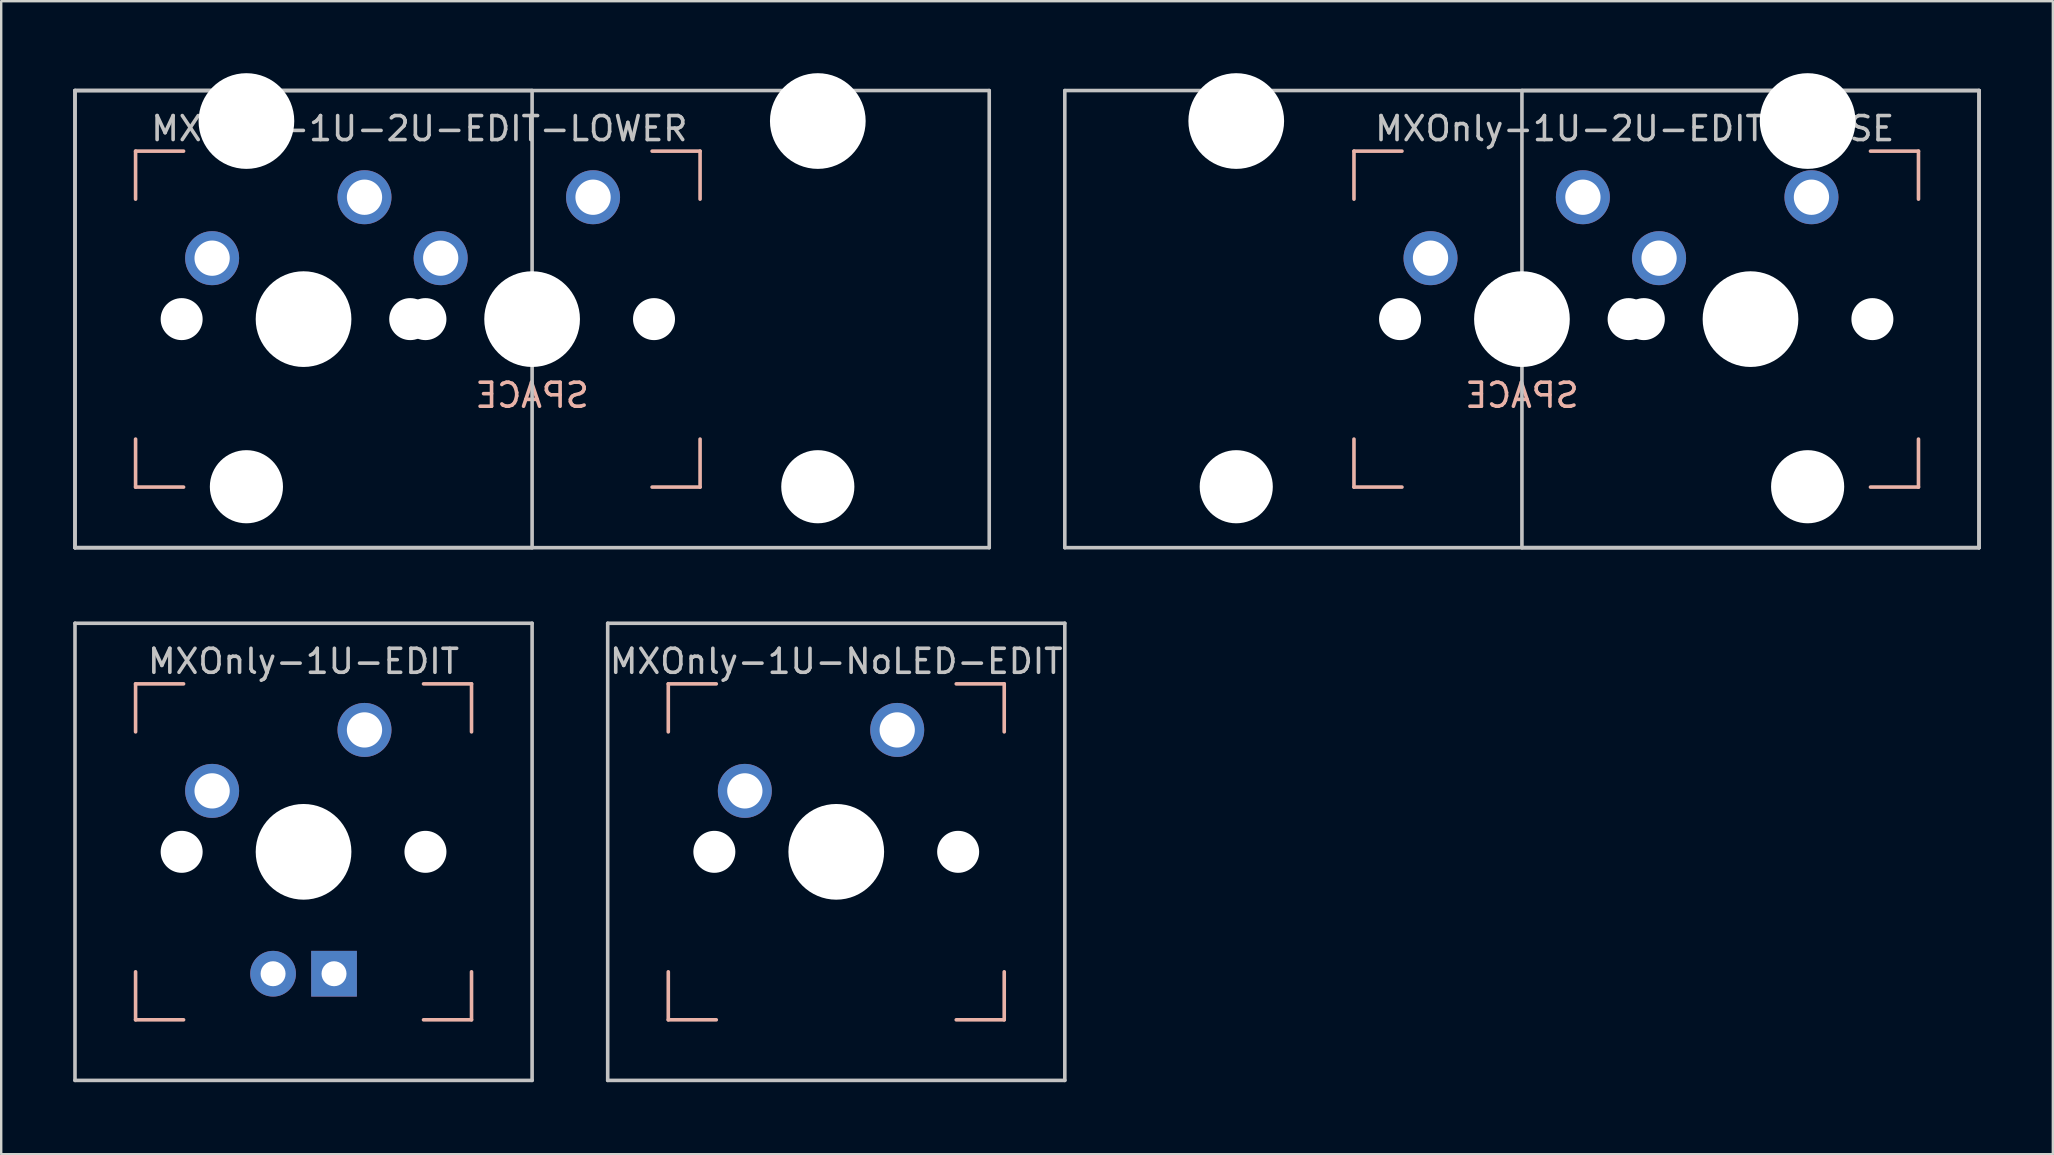
<source format=kicad_pcb>
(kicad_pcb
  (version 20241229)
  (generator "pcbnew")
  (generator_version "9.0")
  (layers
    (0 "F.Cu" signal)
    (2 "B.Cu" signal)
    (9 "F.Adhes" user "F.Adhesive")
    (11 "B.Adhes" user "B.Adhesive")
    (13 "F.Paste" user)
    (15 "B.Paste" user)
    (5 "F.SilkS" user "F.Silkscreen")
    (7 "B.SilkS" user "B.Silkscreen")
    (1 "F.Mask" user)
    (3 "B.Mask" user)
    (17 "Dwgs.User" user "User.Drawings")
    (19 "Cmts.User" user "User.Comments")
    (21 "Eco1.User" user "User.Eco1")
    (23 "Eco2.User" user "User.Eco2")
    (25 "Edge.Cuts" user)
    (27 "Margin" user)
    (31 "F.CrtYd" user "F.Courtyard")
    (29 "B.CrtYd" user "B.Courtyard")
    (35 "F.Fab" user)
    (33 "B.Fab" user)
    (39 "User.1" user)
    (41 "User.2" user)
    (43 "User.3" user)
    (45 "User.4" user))
  (footprint "MXOnly-1U-2U-EDIT-LOWER"
    (layer "F.Cu")
    (at 9.6 10.249)
    (property "Reference" "MXOnly-1U-2U-EDIT-LOWER" (at 4.826 -7.938 0) (layer "Dwgs.User") (effects (font (size 1 1) (thickness 0.15))))
    (attr through_hole)
    (fp_line (start -7 -7) (end -7 -5) (stroke (width 0.15) (type solid)) (layer "B.SilkS"))
    (fp_line (start -7 5) (end -7 7) (stroke (width 0.15) (type solid)) (layer "B.SilkS"))
    (fp_line (start -7 7) (end -5 7) (stroke (width 0.15) (type solid)) (layer "B.SilkS"))
    (fp_line (start -5 -7) (end -7 -7) (stroke (width 0.15) (type solid)) (layer "B.SilkS"))
    (fp_line (start 14.525 -7) (end 16.525 -7) (stroke (width 0.15) (type solid)) (layer "B.SilkS"))
    (fp_line (start 14.525 7) (end 16.525 7) (stroke (width 0.15) (type solid)) (layer "B.SilkS"))
    (fp_line (start 16.525 -7) (end 16.525 -5) (stroke (width 0.15) (type solid)) (layer "B.SilkS"))
    (fp_line (start 16.525 7) (end 16.525 5) (stroke (width 0.15) (type solid)) (layer "B.SilkS"))
    (fp_line (start -9.525 -9.525) (end 9.525 -9.525) (stroke (width 0.15) (type solid)) (layer "Dwgs.User"))
    (fp_line (start -9.525 -9.525) (end 28.575 -9.525) (stroke (width 0.15) (type solid)) (layer "Dwgs.User"))
    (fp_line (start -9.525 9.525) (end -9.525 -9.525) (stroke (width 0.15) (type solid)) (layer "Dwgs.User"))
    (fp_line (start -9.525 9.525) (end -9.525 -9.525) (stroke (width 0.15) (type solid)) (layer "Dwgs.User"))
    (fp_line (start -9.525 9.525) (end 28.575 9.525) (stroke (width 0.15) (type solid)) (layer "Dwgs.User"))
    (fp_line (start 9.525 -9.525) (end 9.525 9.525) (stroke (width 0.15) (type solid)) (layer "Dwgs.User"))
    (fp_line (start 9.525 9.525) (end -9.525 9.525) (stroke (width 0.15) (type solid)) (layer "Dwgs.User"))
    (fp_line (start 28.575 -9.525) (end 28.575 9.525) (stroke (width 0.15) (type solid)) (layer "Dwgs.User"))
    (fp_text user "SPACE" (at 9.525 3.175 0) (layer "B.SilkS") (effects (font (size 1 1) (thickness 0.15)) (justify mirror)))
    (pad "" np_thru_hole circle (at -5.08 0 48.1) (size 1.75 1.75) (drill 1.75) (layers "*.Cu" "*.Mask"))
    (pad "" np_thru_hole circle (at -2.381 -8.255) (size 3.988 3.988) (drill 3.988) (layers "*.Cu" "*.Mask"))
    (pad "" np_thru_hole circle (at -2.381 6.985) (size 3.048 3.048) (drill 3.048) (layers "*.Cu" "*.Mask"))
    (pad "" np_thru_hole circle (at 0 0) (size 3.988 3.988) (drill 3.988) (layers "*.Cu" "*.Mask"))
    (pad "" np_thru_hole circle (at 4.445 0 48.1) (size 1.75 1.75) (drill 1.75) (layers "*.Cu" "*.Mask"))
    (pad "" np_thru_hole circle (at 5.08 0 48.1) (size 1.75 1.75) (drill 1.75) (layers "*.Cu" "*.Mask"))
    (pad "" np_thru_hole circle (at 9.525 0) (size 3.988 3.988) (drill 3.988) (layers "*.Cu" "*.Mask"))
    (pad "" np_thru_hole circle (at 14.605 0 48.1) (size 1.75 1.75) (drill 1.75) (layers "*.Cu" "*.Mask"))
    (pad "" np_thru_hole circle (at 21.431 -8.255) (size 3.988 3.988) (drill 3.988) (layers "*.Cu" "*.Mask"))
    (pad "" np_thru_hole circle (at 21.431 6.985) (size 3.048 3.048) (drill 3.048) (layers "*.Cu" "*.Mask"))
    (pad "1" thru_hole circle (at -3.81 -2.54) (size 2.25 2.25) (drill 1.47) (layers "*.Cu" "*.Mask"))
    (pad "1" thru_hole circle (at 5.715 -2.54) (size 2.25 2.25) (drill 1.47) (layers "*.Cu" "B.Mask"))
    (pad "2" thru_hole circle (at 2.54 -5.08) (size 2.25 2.25) (drill 1.47) (layers "*.Cu" "*.Mask"))
    (pad "2" thru_hole circle (at 12.065 -5.08) (size 2.25 2.25) (drill 1.47) (layers "*.Cu" "B.Mask")))
  (footprint "MXOnly-1U-2U-EDIT-RAISE"
    (layer "F.Cu")
    (at 69.9 10.249)
    (property "Reference" "MXOnly-1U-2U-EDIT-RAISE" (at -4.826 -7.938 0) (layer "Dwgs.User") (effects (font (size 1 1) (thickness 0.15))))
    (attr through_hole)
    (fp_line (start -16.525 -7) (end -16.525 -5) (stroke (width 0.15) (type solid)) (layer "B.SilkS"))
    (fp_line (start -16.525 5) (end -16.525 7) (stroke (width 0.15) (type solid)) (layer "B.SilkS"))
    (fp_line (start -16.525 7) (end -14.525 7) (stroke (width 0.15) (type solid)) (layer "B.SilkS"))
    (fp_line (start -14.525 -7) (end -16.525 -7) (stroke (width 0.15) (type solid)) (layer "B.SilkS"))
    (fp_line (start 5 -7) (end 7 -7) (stroke (width 0.15) (type solid)) (layer "B.SilkS"))
    (fp_line (start 5 7) (end 7 7) (stroke (width 0.15) (type solid)) (layer "B.SilkS"))
    (fp_line (start 7 -7) (end 7 -5) (stroke (width 0.15) (type solid)) (layer "B.SilkS"))
    (fp_line (start 7 7) (end 7 5) (stroke (width 0.15) (type solid)) (layer "B.SilkS"))
    (fp_line (start -28.575 -9.525) (end 9.525 -9.525) (stroke (width 0.15) (type solid)) (layer "Dwgs.User"))
    (fp_line (start -28.575 9.525) (end -28.575 -9.525) (stroke (width 0.15) (type solid)) (layer "Dwgs.User"))
    (fp_line (start -28.575 9.525) (end 9.525 9.525) (stroke (width 0.15) (type solid)) (layer "Dwgs.User"))
    (fp_line (start -9.525 -9.525) (end 9.525 -9.525) (stroke (width 0.15) (type solid)) (layer "Dwgs.User"))
    (fp_line (start -9.525 9.525) (end -9.525 -9.525) (stroke (width 0.15) (type solid)) (layer "Dwgs.User"))
    (fp_line (start 9.525 -9.525) (end 9.525 9.525) (stroke (width 0.15) (type solid)) (layer "Dwgs.User"))
    (fp_line (start 9.525 -9.525) (end 9.525 9.525) (stroke (width 0.15) (type solid)) (layer "Dwgs.User"))
    (fp_line (start 9.525 9.525) (end -9.525 9.525) (stroke (width 0.15) (type solid)) (layer "Dwgs.User"))
    (fp_text user "SPACE" (at -9.525 3.175 0) (layer "B.SilkS") (effects (font (size 1 1) (thickness 0.15)) (justify mirror)))
    (pad "" np_thru_hole circle (at -21.431 -8.255) (size 3.988 3.988) (drill 3.988) (layers "*.Cu" "*.Mask"))
    (pad "" np_thru_hole circle (at -21.431 6.985) (size 3.048 3.048) (drill 3.048) (layers "*.Cu" "*.Mask"))
    (pad "" np_thru_hole circle (at -14.605 0 48.1) (size 1.75 1.75) (drill 1.75) (layers "*.Cu" "*.Mask"))
    (pad "" np_thru_hole circle (at -9.525 0) (size 3.988 3.988) (drill 3.988) (layers "*.Cu" "*.Mask"))
    (pad "" np_thru_hole circle (at -5.08 0 48.1) (size 1.75 1.75) (drill 1.75) (layers "*.Cu" "*.Mask"))
    (pad "" np_thru_hole circle (at -4.445 0 48.1) (size 1.75 1.75) (drill 1.75) (layers "*.Cu" "*.Mask"))
    (pad "" np_thru_hole circle (at 0 0) (size 3.988 3.988) (drill 3.988) (layers "*.Cu" "*.Mask"))
    (pad "" np_thru_hole circle (at 2.381 -8.255) (size 3.988 3.988) (drill 3.988) (layers "*.Cu" "*.Mask"))
    (pad "" np_thru_hole circle (at 2.381 6.985) (size 3.048 3.048) (drill 3.048) (layers "*.Cu" "*.Mask"))
    (pad "" np_thru_hole circle (at 5.08 0 48.1) (size 1.75 1.75) (drill 1.75) (layers "*.Cu" "*.Mask"))
    (pad "1" thru_hole circle (at -13.335 -2.54) (size 2.25 2.25) (drill 1.47) (layers "*.Cu" "B.Mask"))
    (pad "1" thru_hole circle (at -3.81 -2.54) (size 2.25 2.25) (drill 1.47) (layers "*.Cu" "B.Mask"))
    (pad "2" thru_hole circle (at -6.985 -5.08) (size 2.25 2.25) (drill 1.47) (layers "*.Cu" "B.Mask"))
    (pad "2" thru_hole circle (at 2.54 -5.08) (size 2.25 2.25) (drill 1.47) (layers "*.Cu" "B.Mask")))
  (footprint "MXOnly-1U-NoLED-EDIT"
    (layer "F.Cu")
    (at 31.8 32.449)
    (property "Reference" "MXOnly-1U-NoLED-EDIT" (at 0 -7.938 0) (layer "Dwgs.User") (effects (font (size 1 1) (thickness 0.15))))
    (attr through_hole)
    (fp_line (start -7 -7) (end -7 -5) (stroke (width 0.15) (type solid)) (layer "B.SilkS"))
    (fp_line (start -7 5) (end -7 7) (stroke (width 0.15) (type solid)) (layer "B.SilkS"))
    (fp_line (start -7 7) (end -5 7) (stroke (width 0.15) (type solid)) (layer "B.SilkS"))
    (fp_line (start -5 -7) (end -7 -7) (stroke (width 0.15) (type solid)) (layer "B.SilkS"))
    (fp_line (start 5 -7) (end 7 -7) (stroke (width 0.15) (type solid)) (layer "B.SilkS"))
    (fp_line (start 5 7) (end 7 7) (stroke (width 0.15) (type solid)) (layer "B.SilkS"))
    (fp_line (start 7 -7) (end 7 -5) (stroke (width 0.15) (type solid)) (layer "B.SilkS"))
    (fp_line (start 7 7) (end 7 5) (stroke (width 0.15) (type solid)) (layer "B.SilkS"))
    (fp_line (start -9.525 -9.525) (end 9.525 -9.525) (stroke (width 0.15) (type solid)) (layer "Dwgs.User"))
    (fp_line (start -9.525 9.525) (end -9.525 -9.525) (stroke (width 0.15) (type solid)) (layer "Dwgs.User"))
    (fp_line (start 9.525 -9.525) (end 9.525 9.525) (stroke (width 0.15) (type solid)) (layer "Dwgs.User"))
    (fp_line (start 9.525 9.525) (end -9.525 9.525) (stroke (width 0.15) (type solid)) (layer "Dwgs.User"))
    (pad "" np_thru_hole circle (at -5.08 0 48.1) (size 1.75 1.75) (drill 1.75) (layers "*.Cu" "*.Mask"))
    (pad "" np_thru_hole circle (at 0 0) (size 3.988 3.988) (drill 3.988) (layers "*.Cu" "*.Mask"))
    (pad "" np_thru_hole circle (at 5.08 0 48.1) (size 1.75 1.75) (drill 1.75) (layers "*.Cu" "*.Mask"))
    (pad "1" thru_hole circle (at -3.81 -2.54) (size 2.25 2.25) (drill 1.47) (layers "*.Cu" "B.Mask"))
    (pad "2" thru_hole circle (at 2.54 -5.08) (size 2.25 2.25) (drill 1.47) (layers "*.Cu" "B.Mask")))
  (footprint "MXOnly-1U-EDIT"
    (layer "F.Cu")
    (at 9.6 32.449)
    (property "Reference" "MXOnly-1U-EDIT" (at 0 -7.938 0) (layer "Dwgs.User") (effects (font (size 1 1) (thickness 0.15))))
    (attr through_hole)
    (fp_line (start -7 -7) (end -7 -5) (stroke (width 0.15) (type solid)) (layer "B.SilkS"))
    (fp_line (start -7 5) (end -7 7) (stroke (width 0.15) (type solid)) (layer "B.SilkS"))
    (fp_line (start -7 7) (end -5 7) (stroke (width 0.15) (type solid)) (layer "B.SilkS"))
    (fp_line (start -5 -7) (end -7 -7) (stroke (width 0.15) (type solid)) (layer "B.SilkS"))
    (fp_line (start 5 -7) (end 7 -7) (stroke (width 0.15) (type solid)) (layer "B.SilkS"))
    (fp_line (start 5 7) (end 7 7) (stroke (width 0.15) (type solid)) (layer "B.SilkS"))
    (fp_line (start 7 -7) (end 7 -5) (stroke (width 0.15) (type solid)) (layer "B.SilkS"))
    (fp_line (start 7 7) (end 7 5) (stroke (width 0.15) (type solid)) (layer "B.SilkS"))
    (fp_line (start -9.525 -9.525) (end 9.525 -9.525) (stroke (width 0.15) (type solid)) (layer "Dwgs.User"))
    (fp_line (start -9.525 9.525) (end -9.525 -9.525) (stroke (width 0.15) (type solid)) (layer "Dwgs.User"))
    (fp_line (start 9.525 -9.525) (end 9.525 9.525) (stroke (width 0.15) (type solid)) (layer "Dwgs.User"))
    (fp_line (start 9.525 9.525) (end -9.525 9.525) (stroke (width 0.15) (type solid)) (layer "Dwgs.User"))
    (pad "" np_thru_hole circle (at -5.08 0 48.1) (size 1.75 1.75) (drill 1.75) (layers "*.Cu" "*.Mask"))
    (pad "" np_thru_hole circle (at 0 0) (size 3.988 3.988) (drill 3.988) (layers "*.Cu" "*.Mask"))
    (pad "" np_thru_hole circle (at 5.08 0 48.1) (size 1.75 1.75) (drill 1.75) (layers "*.Cu" "*.Mask"))
    (pad "1" thru_hole circle (at -3.81 -2.54) (size 2.25 2.25) (drill 1.47) (layers "*.Cu" "B.Mask"))
    (pad "2" thru_hole circle (at 2.54 -5.08) (size 2.25 2.25) (drill 1.47) (layers "*.Cu" "B.Mask"))
    (pad "3" thru_hole circle (at -1.27 5.08) (size 1.905 1.905) (drill 1.04) (layers "*.Cu" "B.Mask"))
    (pad "4" thru_hole rect (at 1.27 5.08) (size 1.905 1.905) (drill 1.04) (layers "*.Cu" "B.Mask")))
  (gr_rect
    (start -3 -3)
    (end 82.5 45.049)
    (stroke (width 0.1) (type default))
    (fill no)
    (layer "Edge.Cuts")))
</source>
